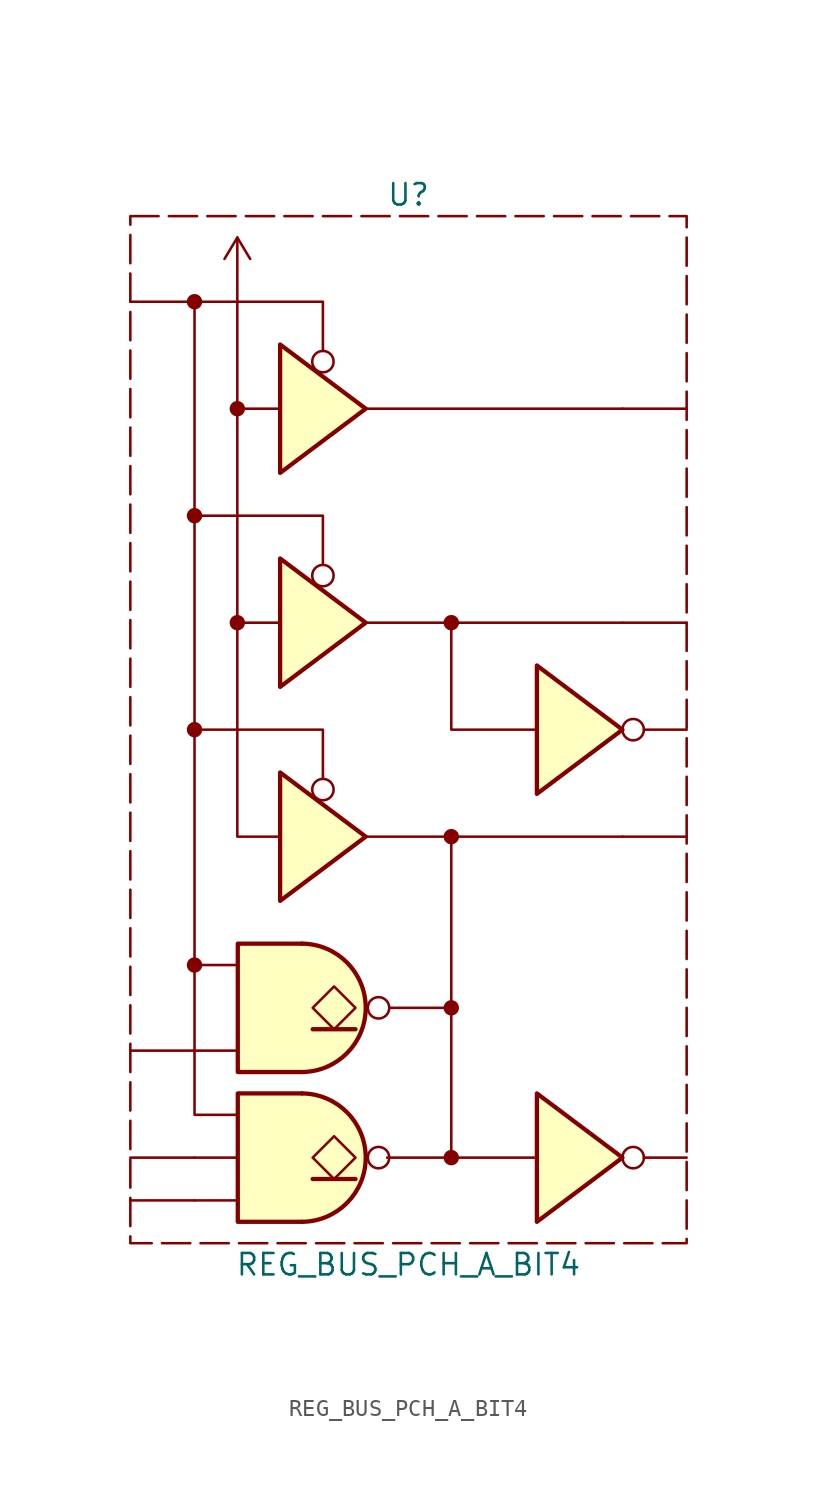
<source format=kicad_sym>
(kicad_symbol_lib
  (version 20231120)
  (generator "kicad_symbol_editor")
  (generator_version "8.0")
  (symbol "REG_BUS_PCH_A_BIT4"
    (pin_numbers hide)
    (pin_names
      (offset 0) hide)
    (property "Reference" "U"
      (at 0 31.75 0)
      (effects (font (size 1.27 1.27))))
    (property "Value" "REG_BUS_PCH_A_BIT4"
      (at 0 -31.75 0)
      (effects (font (size 1.27 1.27))))
    (symbol "REG_BUS_PCH_A_BIT4_0_1"
      (circle (center -5.08 -3.556) (radius 0.635) (stroke (width 0) (type default)) (fill (type none)))
      (circle (center -5.08 9.144) (radius 0.635) (stroke (width 0) (type default)) (fill (type none)))
      (circle (center -5.08 21.844) (radius 0.635) (stroke (width 0) (type default)) (fill (type none)))
      (circle (center -1.778 -25.4) (radius 0.635) (stroke (width 0) (type default)) (fill (type none)))
      (circle (center -1.778 -16.51) (radius 0.635) (stroke (width 0) (type default)) (fill (type none)))
      (polyline (pts (xy -12.7 -27.94) (xy -10.16 -27.94)) (stroke (width 0) (type default)) (fill (type none)))
      (polyline (pts (xy -12.7 -25.4) (xy -10.16 -25.4)) (stroke (width 0) (type default)) (fill (type none)))
      (polyline (pts (xy -12.7 -19.05) (xy -10.16 -19.05)) (stroke (width 0) (type default)) (fill (type none)))
      (polyline (pts (xy -7.62 6.35) (xy -10.16 6.35)) (stroke (width 0) (type default)) (fill (type none)))
      (polyline (pts (xy -7.62 19.05) (xy -10.16 19.05)) (stroke (width 0) (type default)) (fill (type none)))
      (polyline (pts (xy -1.143 -16.51) (xy 2.54 -16.51)) (stroke (width 0) (type default)) (fill (type none)))
      (polyline (pts (xy 2.54 -6.35) (xy -2.54 -6.35)) (stroke (width 0) (type default)) (fill (type none)))
      (polyline (pts (xy 2.54 6.35) (xy -2.54 6.35)) (stroke (width 0) (type default)) (fill (type none)))
      (polyline (pts (xy 7.62 -25.4) (xy 2.54 -25.4)) (stroke (width 0) (type default)) (fill (type none)))
      (polyline (pts (xy 12.7 6.35) (xy 2.54 6.35)) (stroke (width 0) (type default)) (fill (type none)))
      (polyline (pts (xy 12.7 19.05) (xy -2.54 19.05)) (stroke (width 0) (type default)) (fill (type none)))
      (polyline (pts (xy -12.7 -13.97) (xy -12.7 -22.86) (xy -10.16 -22.86)) (stroke (width 0) (type default)) (fill (type none)))
      (polyline (pts (xy -12.7 25.4) (xy -12.7 -13.97) (xy -10.16 -13.97)) (stroke (width 0) (type default)) (fill (type none)))
      (polyline (pts (xy -10.922 27.94) (xy -10.16 29.21) (xy -9.398 27.94)) (stroke (width 0) (type default)) (fill (type none)))
      (polyline (pts (xy -7.62 -6.35) (xy -10.16 -6.35) (xy -10.16 29.21)) (stroke (width 0) (type default)) (fill (type none)))
      (polyline (pts (xy -5.08 -2.921) (xy -5.08 0) (xy -12.7 0)) (stroke (width 0) (type default)) (fill (type none)))
      (polyline (pts (xy -5.08 9.779) (xy -5.08 12.7) (xy -12.7 12.7)) (stroke (width 0) (type default)) (fill (type none)))
      (polyline (pts (xy -5.08 22.479) (xy -5.08 25.4) (xy -12.7 25.4)) (stroke (width 0) (type default)) (fill (type none)))
      (polyline (pts (xy 2.54 -16.51) (xy 2.54 -25.4) (xy -1.27 -25.4)) (stroke (width 0) (type default)) (fill (type none)))
      (polyline (pts (xy 2.54 -16.51) (xy 2.54 -6.35) (xy 12.7 -6.35)) (stroke (width 0) (type default)) (fill (type none)))
      (polyline (pts (xy 2.54 6.35) (xy 2.54 0) (xy 7.62 0)) (stroke (width 0) (type default)) (fill (type none))))
    (symbol "REG_BUS_PCH_A_BIT4_1_0"
      (polyline (pts (xy -7.62 -2.54) (xy -7.62 -10.16) (xy -2.54 -6.35) (xy -7.62 -2.54)) (stroke (width 0.254) (type default)) (fill (type background)))
      (polyline (pts (xy -7.62 10.16) (xy -7.62 2.54) (xy -2.54 6.35) (xy -7.62 10.16)) (stroke (width 0.254) (type default)) (fill (type background)))
      (polyline (pts (xy -7.62 22.86) (xy -7.62 15.24) (xy -2.54 19.05) (xy -7.62 22.86)) (stroke (width 0.254) (type default)) (fill (type background)))
      (polyline (pts (xy 7.62 -21.59) (xy 7.62 -29.21) (xy 12.7 -25.4) (xy 7.62 -21.59)) (stroke (width 0.254) (type default)) (fill (type background)))
      (polyline (pts (xy 7.62 3.81) (xy 7.62 -3.81) (xy 12.7 0) (xy 7.62 3.81)) (stroke (width 0.254) (type default)) (fill (type background))))
    (symbol "REG_BUS_PCH_A_BIT4_1_1"
      (rectangle (start -16.51 30.48) (end 16.51 -30.48) (stroke (width 0) (type dash)) (fill (type none)))
      (circle (center -12.7 -13.97) (radius 0.381) (stroke (width 0) (type default)) (fill (type outline)))
      (circle (center -12.7 0) (radius 0.381) (stroke (width 0) (type default)) (fill (type outline)))
      (circle (center -12.7 12.7) (radius 0.381) (stroke (width 0) (type default)) (fill (type outline)))
      (circle (center -12.7 25.4) (radius 0.381) (stroke (width 0) (type default)) (fill (type outline)))
      (circle (center -10.16 6.35) (radius 0.381) (stroke (width 0) (type default)) (fill (type outline)))
      (circle (center -10.16 19.05) (radius 0.381) (stroke (width 0) (type default)) (fill (type outline)))
      (arc (start -6.3224 -29.21) (mid -2.5399 -25.4) (end -6.3224 -21.59) (stroke (width 0.254) (type default)) (fill (type background)))
      (arc (start -6.3224 -20.32) (mid -2.5399 -16.51) (end -6.3224 -12.7) (stroke (width 0.254) (type default)) (fill (type background)))
      (polyline (pts (xy -5.687 -26.67) (xy -3.147 -26.67)) (stroke (width 0.254) (type default)) (fill (type none)))
      (polyline (pts (xy -5.687 -17.78) (xy -3.147 -17.78)) (stroke (width 0.254) (type default)) (fill (type none)))
      (polyline (pts (xy -6.322 -21.59) (xy -10.132 -21.59) (xy -10.132 -29.21) (xy -6.322 -29.21)) (stroke (width 0.254) (type default)) (fill (type background)))
      (polyline (pts (xy -6.322 -12.7) (xy -10.132 -12.7) (xy -10.132 -20.32) (xy -6.322 -20.32)) (stroke (width 0.254) (type default)) (fill (type background)))
      (polyline (pts (xy -3.147 -25.4) (xy -4.417 -24.13) (xy -5.687 -25.4) (xy -4.417 -26.67) (xy -3.147 -25.4)) (stroke (width 0) (type default)) (fill (type none)))
      (polyline (pts (xy -3.147 -16.51) (xy -4.417 -15.24) (xy -5.687 -16.51) (xy -4.417 -17.78) (xy -3.147 -16.51)) (stroke (width 0) (type default)) (fill (type none)))
      (circle (center 2.54 -25.4) (radius 0.381) (stroke (width 0) (type default)) (fill (type outline)))
      (circle (center 2.54 -16.51) (radius 0.381) (stroke (width 0) (type default)) (fill (type outline)))
      (circle (center 2.54 -6.35) (radius 0.381) (stroke (width 0) (type default)) (fill (type outline)))
      (circle (center 2.54 6.35) (radius 0.381) (stroke (width 0) (type default)) (fill (type outline)))
      (pin tri_state line (at 16.51 19.05 180) (length 3.81) (name "A_Y" (effects (font (size 1.27 1.27)))) (number "" (effects (font (size 1.27 1.27)))))
      (pin bidirectional line (at 16.51 6.35 180) (length 3.81) (name "B_Y" (effects (font (size 1.27 1.27)))) (number "" (effects (font (size 1.27 1.27)))))
      (pin output inverted (at 16.51 0 180) (length 3.81) (name "B_~{Y}" (effects (font (size 1.27 1.27)))) (number "" (effects (font (size 1.27 1.27)))))
      (pin bidirectional line (at 16.51 -6.35 180) (length 3.81) (name "C_Y" (effects (font (size 1.27 1.27)))) (number "" (effects (font (size 1.27 1.27)))))
      (pin input line (at -16.51 -19.05 0) (length 3.81) (name "C_ZERO_A" (effects (font (size 1.27 1.27)))) (number "" (effects (font (size 1.27 1.27)))))
      (pin input line (at -16.51 -25.4 0) (length 3.81) (name "C_ZERO_B1" (effects (font (size 1.27 1.27)))) (number "" (effects (font (size 1.27 1.27)))))
      (pin input line (at -16.51 -27.94 0) (length 3.81) (name "C_ZERO_B2" (effects (font (size 1.27 1.27)))) (number "" (effects (font (size 1.27 1.27)))))
      (pin output inverted (at 16.51 -25.4 180) (length 3.81) (name "C_~{Y}" (effects (font (size 1.27 1.27)))) (number "" (effects (font (size 1.27 1.27)))))
      (pin input line (at -16.51 25.4 0) (length 3.81) (name "~{PCH}" (effects (font (size 1.27 1.27)))) (number "" (effects (font (size 1.27 1.27))))))))
</source>
